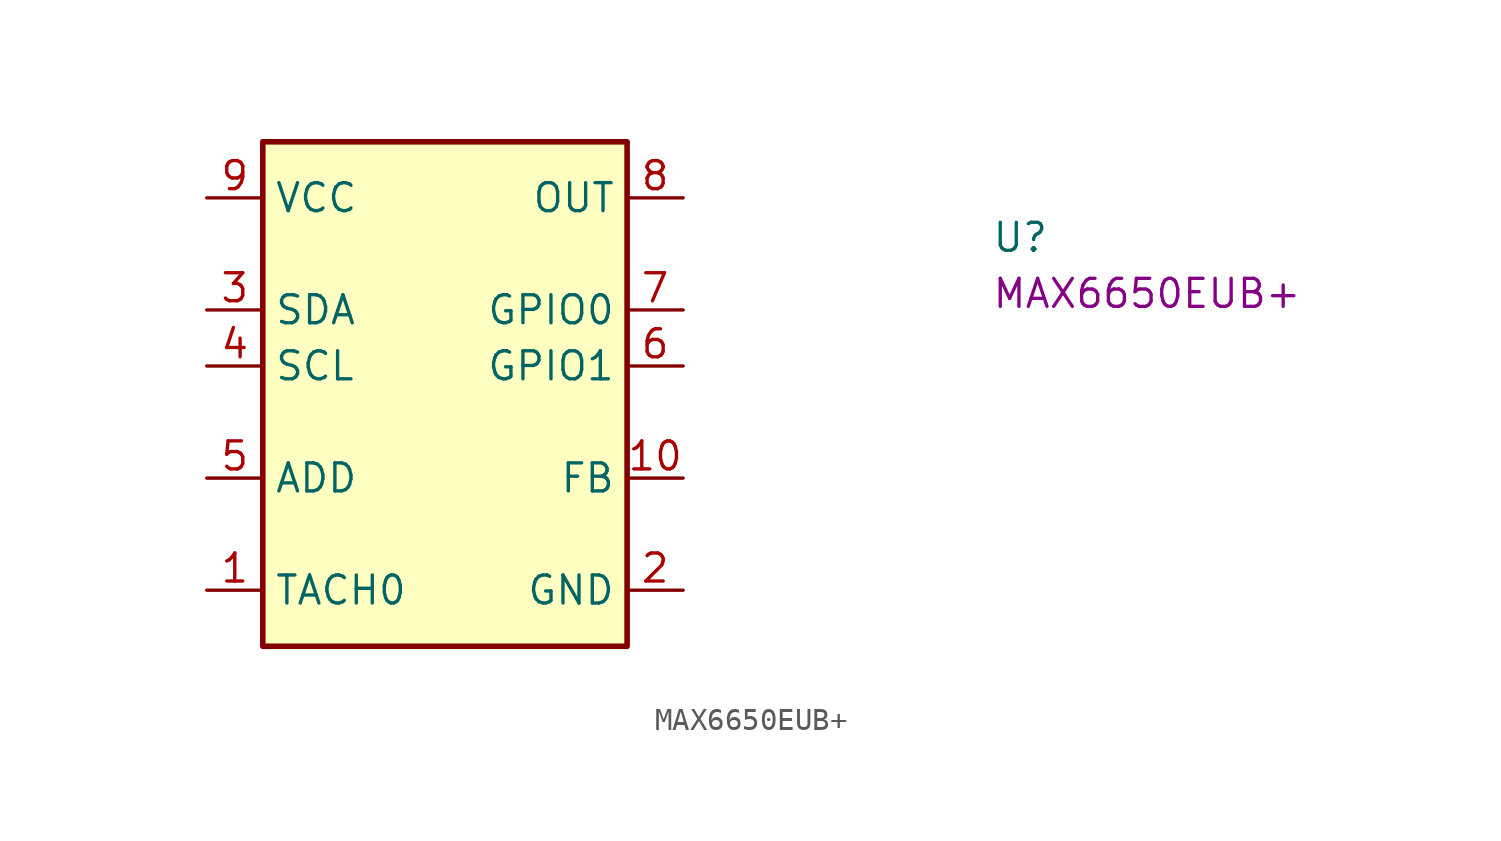
<source format=kicad_sym>
(kicad_symbol_lib
  (version 20220914)
  (generator kicad_symbol_editor)
  (symbol "MAX6650EUB+"
    (property "Reference" "U"
      (at 35.56 -2.54 0)
      (effects (font (size 1.27 1.27) (thickness 0.15)) (justify left bottom)))
    (property "MPN" "MAX6650EUB+"
      (at 35.56 -5.08 0)
      (effects (font (size 1.27 1.27) (thickness 0.15)) (justify left bottom)))
    (symbol "MAX6650EUB+_1_1"
      (rectangle (start 2.54 2.54) (end 19.05 -20.32) (stroke (width 0.254) (type default)) (fill (type background)))
      (pin input line (at 0 -17.78 0) (length 2.54) (name "TACH0" (effects (font (size 1.27 1.27)))) (number "1" (effects (font (size 1.27 1.27)))))
      (pin passive line (at 21.59 -12.7 180) (length 2.54) (name "FB" (effects (font (size 1.27 1.27)))) (number "10" (effects (font (size 1.27 1.27)))))
      (pin power_in line (at 21.59 -17.78 180) (length 2.54) (name "GND" (effects (font (size 1.27 1.27)))) (number "2" (effects (font (size 1.27 1.27)))))
      (pin bidirectional line (at 0 -5.08 0) (length 2.54) (name "SDA" (effects (font (size 1.27 1.27)))) (number "3" (effects (font (size 1.27 1.27)))))
      (pin input line (at 0 -7.62 0) (length 2.54) (name "SCL" (effects (font (size 1.27 1.27)))) (number "4" (effects (font (size 1.27 1.27)))))
      (pin passive line (at 0 -12.7 0) (length 2.54) (name "ADD" (effects (font (size 1.27 1.27)))) (number "5" (effects (font (size 1.27 1.27)))))
      (pin bidirectional line (at 21.59 -7.62 180) (length 2.54) (name "GPIO1" (effects (font (size 1.27 1.27)))) (number "6" (effects (font (size 1.27 1.27)))))
      (pin bidirectional line (at 21.59 -5.08 180) (length 2.54) (name "GPIO0" (effects (font (size 1.27 1.27)))) (number "7" (effects (font (size 1.27 1.27)))))
      (pin output line (at 21.59 0 180) (length 2.54) (name "OUT" (effects (font (size 1.27 1.27)))) (number "8" (effects (font (size 1.27 1.27)))))
      (pin power_in line (at 0 0 0) (length 2.54) (name "VCC" (effects (font (size 1.27 1.27)))) (number "9" (effects (font (size 1.27 1.27))))))))
</source>
